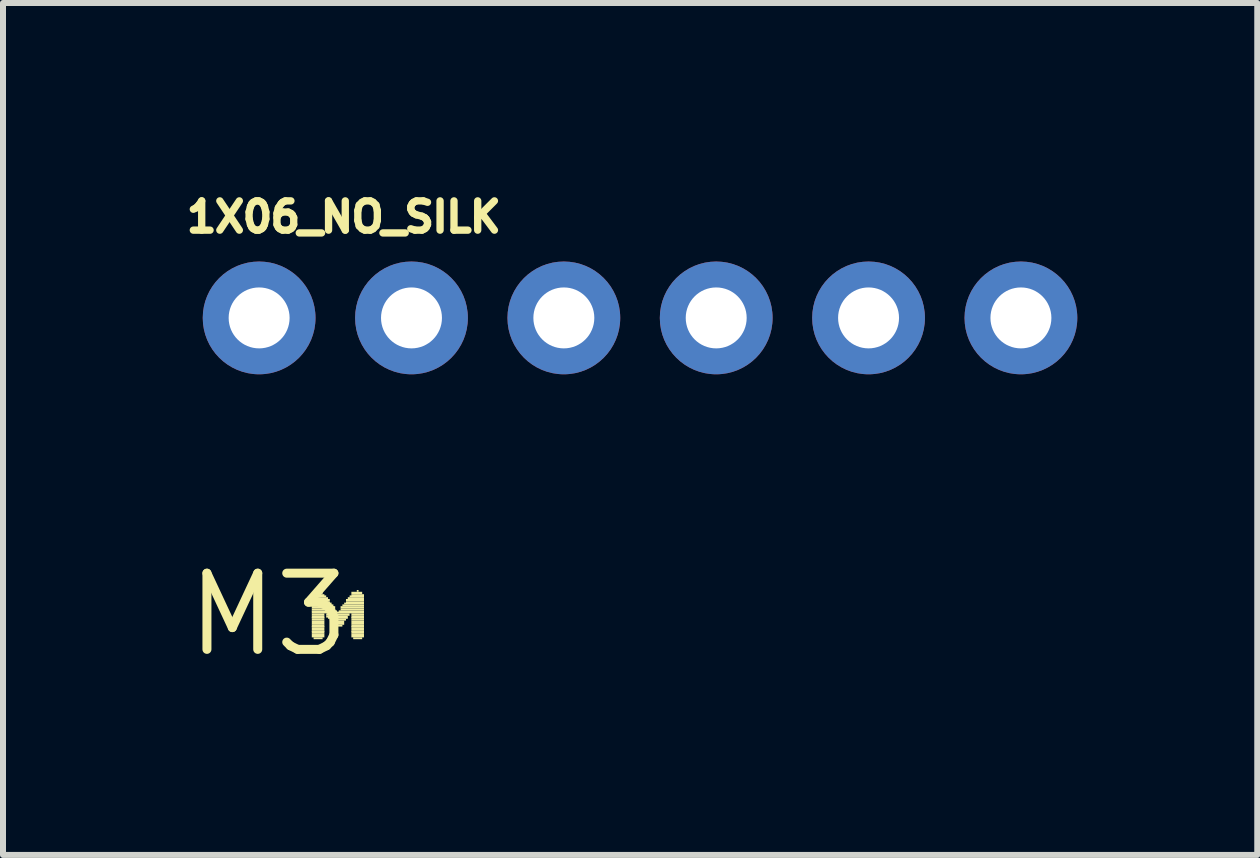
<source format=kicad_pcb>
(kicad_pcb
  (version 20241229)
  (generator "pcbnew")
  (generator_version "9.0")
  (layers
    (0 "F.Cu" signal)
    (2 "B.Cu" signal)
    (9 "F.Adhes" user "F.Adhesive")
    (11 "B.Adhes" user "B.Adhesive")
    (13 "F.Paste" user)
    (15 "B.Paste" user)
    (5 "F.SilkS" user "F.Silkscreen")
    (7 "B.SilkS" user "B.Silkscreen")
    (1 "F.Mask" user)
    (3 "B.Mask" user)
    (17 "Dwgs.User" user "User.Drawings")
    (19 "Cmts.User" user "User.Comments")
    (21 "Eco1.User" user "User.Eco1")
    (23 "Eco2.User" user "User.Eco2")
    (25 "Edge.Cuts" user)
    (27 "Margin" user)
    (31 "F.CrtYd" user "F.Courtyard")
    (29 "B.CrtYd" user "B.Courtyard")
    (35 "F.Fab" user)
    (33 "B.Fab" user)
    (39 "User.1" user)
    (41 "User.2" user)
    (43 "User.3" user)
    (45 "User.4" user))
  (footprint "1X06_NO_SILK"
    (layer "F.Cu")
    (at 1.27 2.25)
    (property "Reference" "1X06_NO_SILK" (at -1.27 -1.397 0) (layer "F.SilkS") (effects (font (size 0.488 0.488) (thickness 0.122)) (justify left bottom)))
    (fp_poly (pts (xy -0.254 0.254) (xy 0.254 0.254) (xy 0.254 -0.254) (xy -0.254 -0.254)) (stroke (width 0.1) (type default)) (fill no) (layer "F.Fab"))
    (fp_poly (pts (xy 2.286 0.254) (xy 2.794 0.254) (xy 2.794 -0.254) (xy 2.286 -0.254)) (stroke (width 0.1) (type default)) (fill no) (layer "F.Fab"))
    (fp_poly (pts (xy 4.826 0.254) (xy 5.334 0.254) (xy 5.334 -0.254) (xy 4.826 -0.254)) (stroke (width 0.1) (type default)) (fill no) (layer "F.Fab"))
    (fp_poly (pts (xy 7.366 0.254) (xy 7.874 0.254) (xy 7.874 -0.254) (xy 7.366 -0.254)) (stroke (width 0.1) (type default)) (fill no) (layer "F.Fab"))
    (fp_poly (pts (xy 9.906 0.254) (xy 10.414 0.254) (xy 10.414 -0.254) (xy 9.906 -0.254)) (stroke (width 0.1) (type default)) (fill no) (layer "F.Fab"))
    (fp_poly (pts (xy 12.446 0.254) (xy 12.954 0.254) (xy 12.954 -0.254) (xy 12.446 -0.254)) (stroke (width 0.1) (type default)) (fill no) (layer "F.Fab"))
    (pad "1" thru_hole circle (at 0 0 90) (size 1.88 1.88) (drill 1.016) (layers "*.Cu" "*.Mask"))
    (pad "2" thru_hole circle (at 2.54 0 90) (size 1.88 1.88) (drill 1.016) (layers "*.Cu" "*.Mask"))
    (pad "3" thru_hole circle (at 5.08 0 90) (size 1.88 1.88) (drill 1.016) (layers "*.Cu" "*.Mask"))
    (pad "4" thru_hole circle (at 7.62 0 90) (size 1.88 1.88) (drill 1.016) (layers "*.Cu" "*.Mask"))
    (pad "5" thru_hole circle (at 10.16 0 90) (size 1.88 1.88) (drill 1.016) (layers "*.Cu" "*.Mask"))
    (pad "6" thru_hole circle (at 12.7 0 90) (size 1.88 1.88) (drill 1.016) (layers "*.Cu" "*.Mask")))
  (footprint "M3"
    (layer "F.Cu")
    (at 1.428 7.196)
    (property "Reference" "M3" (at 0 0 0) (layer "F.SilkS") (effects (font (size 1.27 1.27) (thickness 0.15))))
    (fp_poly (pts (xy 0.72 -0.31) (xy 0.93 -0.31) (xy 0.93 -0.34) (xy 0.72 -0.34)) (stroke (width 0) (type default)) (fill yes) (layer "F.SilkS"))
    (fp_poly (pts (xy 0.72 -0.29) (xy 0.96 -0.29) (xy 0.96 -0.32) (xy 0.72 -0.32)) (stroke (width 0) (type default)) (fill yes) (layer "F.SilkS"))
    (fp_poly (pts (xy 0.72 -0.26) (xy 0.99 -0.26) (xy 0.99 -0.29) (xy 0.72 -0.29)) (stroke (width 0) (type default)) (fill yes) (layer "F.SilkS"))
    (fp_poly (pts (xy 0.72 -0.22) (xy 1.02 -0.22) (xy 1.02 -0.26) (xy 0.72 -0.26)) (stroke (width 0) (type default)) (fill yes) (layer "F.SilkS"))
    (fp_poly (pts (xy 0.72 -0.19) (xy 1.02 -0.19) (xy 1.02 -0.22) (xy 0.72 -0.22)) (stroke (width 0) (type default)) (fill yes) (layer "F.SilkS"))
    (fp_poly (pts (xy 0.72 -0.17) (xy 1.05 -0.17) (xy 1.05 -0.2) (xy 0.72 -0.2)) (stroke (width 0) (type default)) (fill yes) (layer "F.SilkS"))
    (fp_poly (pts (xy 0.72 -0.14) (xy 1.08 -0.14) (xy 1.08 -0.17) (xy 0.72 -0.17)) (stroke (width 0) (type default)) (fill yes) (layer "F.SilkS"))
    (fp_poly (pts (xy 0.72 -0.1) (xy 1.11 -0.1) (xy 1.11 -0.14) (xy 0.72 -0.14)) (stroke (width 0) (type default)) (fill yes) (layer "F.SilkS"))
    (fp_poly (pts (xy 0.72 -0.07) (xy 1.11 -0.07) (xy 1.11 -0.1) (xy 0.72 -0.1)) (stroke (width 0) (type default)) (fill yes) (layer "F.SilkS"))
    (fp_poly (pts (xy 0.72 -0.04) (xy 1.14 -0.04) (xy 1.14 -0.07) (xy 0.72 -0.07)) (stroke (width 0) (type default)) (fill yes) (layer "F.SilkS"))
    (fp_poly (pts (xy 0.72 -0.02) (xy 1.59 -0.02) (xy 1.59 -0.05) (xy 0.72 -0.05)) (stroke (width 0) (type default)) (fill yes) (layer "F.SilkS"))
    (fp_poly (pts (xy 0.72 0.02) (xy 0.93 0.02) (xy 0.93 -0.02) (xy 0.72 -0.02)) (stroke (width 0) (type default)) (fill yes) (layer "F.SilkS"))
    (fp_poly (pts (xy 0.72 0.05) (xy 0.93 0.05) (xy 0.93 0.02) (xy 0.72 0.02)) (stroke (width 0) (type default)) (fill yes) (layer "F.SilkS"))
    (fp_poly (pts (xy 0.72 0.07) (xy 0.93 0.07) (xy 0.93 0.04) (xy 0.72 0.04)) (stroke (width 0) (type default)) (fill yes) (layer "F.SilkS"))
    (fp_poly (pts (xy 0.72 0.1) (xy 0.93 0.1) (xy 0.93 0.07) (xy 0.72 0.07)) (stroke (width 0) (type default)) (fill yes) (layer "F.SilkS"))
    (fp_poly (pts (xy 0.72 0.14) (xy 0.93 0.14) (xy 0.93 0.1) (xy 0.72 0.1)) (stroke (width 0) (type default)) (fill yes) (layer "F.SilkS"))
    (fp_poly (pts (xy 0.72 0.17) (xy 0.93 0.17) (xy 0.93 0.14) (xy 0.72 0.14)) (stroke (width 0) (type default)) (fill yes) (layer "F.SilkS"))
    (fp_poly (pts (xy 0.72 0.2) (xy 0.93 0.2) (xy 0.93 0.17) (xy 0.72 0.17)) (stroke (width 0) (type default)) (fill yes) (layer "F.SilkS"))
    (fp_poly (pts (xy 0.72 0.22) (xy 0.93 0.22) (xy 0.93 0.19) (xy 0.72 0.19)) (stroke (width 0) (type default)) (fill yes) (layer "F.SilkS"))
    (fp_poly (pts (xy 0.72 0.26) (xy 0.93 0.26) (xy 0.93 0.22) (xy 0.72 0.22)) (stroke (width 0) (type default)) (fill yes) (layer "F.SilkS"))
    (fp_poly (pts (xy 0.72 0.29) (xy 0.93 0.29) (xy 0.93 0.26) (xy 0.72 0.26)) (stroke (width 0) (type default)) (fill yes) (layer "F.SilkS"))
    (fp_poly (pts (xy 0.72 0.31) (xy 0.93 0.31) (xy 0.93 0.28) (xy 0.72 0.28)) (stroke (width 0) (type default)) (fill yes) (layer "F.SilkS"))
    (fp_poly (pts (xy 0.72 0.34) (xy 0.93 0.34) (xy 0.93 0.31) (xy 0.72 0.31)) (stroke (width 0) (type default)) (fill yes) (layer "F.SilkS"))
    (fp_poly (pts (xy 0.72 0.38) (xy 0.93 0.38) (xy 0.93 0.34) (xy 0.72 0.34)) (stroke (width 0) (type default)) (fill yes) (layer "F.SilkS"))
    (fp_poly (pts (xy 0.75 -0.34) (xy 0.9 -0.34) (xy 0.9 -0.38) (xy 0.75 -0.38)) (stroke (width 0) (type default)) (fill yes) (layer "F.SilkS"))
    (fp_poly (pts (xy 0.75 0.41) (xy 0.9 0.41) (xy 0.9 0.38) (xy 0.75 0.38)) (stroke (width 0) (type default)) (fill yes) (layer "F.SilkS"))
    (fp_poly (pts (xy 0.81 -0.38) (xy 0.84 -0.38) (xy 0.84 -0.41) (xy 0.81 -0.41)) (stroke (width 0) (type default)) (fill yes) (layer "F.SilkS"))
    (fp_poly (pts (xy 0.96 0.02) (xy 1.35 0.02) (xy 1.35 -0.02) (xy 0.96 -0.02)) (stroke (width 0) (type default)) (fill yes) (layer "F.SilkS"))
    (fp_poly (pts (xy 0.96 0.05) (xy 1.32 0.05) (xy 1.32 0.02) (xy 0.96 0.02)) (stroke (width 0) (type default)) (fill yes) (layer "F.SilkS"))
    (fp_poly (pts (xy 0.99 0.07) (xy 1.32 0.07) (xy 1.32 0.04) (xy 0.99 0.04)) (stroke (width 0) (type default)) (fill yes) (layer "F.SilkS"))
    (fp_poly (pts (xy 1.02 0.1) (xy 1.29 0.1) (xy 1.29 0.07) (xy 1.02 0.07)) (stroke (width 0) (type default)) (fill yes) (layer "F.SilkS"))
    (fp_poly (pts (xy 1.05 0.14) (xy 1.26 0.14) (xy 1.26 0.1) (xy 1.05 0.1)) (stroke (width 0) (type default)) (fill yes) (layer "F.SilkS"))
    (fp_poly (pts (xy 1.05 0.17) (xy 1.26 0.17) (xy 1.26 0.14) (xy 1.05 0.14)) (stroke (width 0) (type default)) (fill yes) (layer "F.SilkS"))
    (fp_poly (pts (xy 1.08 0.2) (xy 1.23 0.2) (xy 1.23 0.17) (xy 1.08 0.17)) (stroke (width 0) (type default)) (fill yes) (layer "F.SilkS"))
    (fp_poly (pts (xy 1.17 -0.04) (xy 1.59 -0.04) (xy 1.59 -0.07) (xy 1.17 -0.07)) (stroke (width 0) (type default)) (fill yes) (layer "F.SilkS"))
    (fp_poly (pts (xy 1.2 -0.1) (xy 1.59 -0.1) (xy 1.59 -0.14) (xy 1.2 -0.14)) (stroke (width 0) (type default)) (fill yes) (layer "F.SilkS"))
    (fp_poly (pts (xy 1.2 -0.07) (xy 1.59 -0.07) (xy 1.59 -0.1) (xy 1.2 -0.1)) (stroke (width 0) (type default)) (fill yes) (layer "F.SilkS"))
    (fp_poly (pts (xy 1.23 -0.14) (xy 1.59 -0.14) (xy 1.59 -0.17) (xy 1.23 -0.17)) (stroke (width 0) (type default)) (fill yes) (layer "F.SilkS"))
    (fp_poly (pts (xy 1.26 -0.17) (xy 1.59 -0.17) (xy 1.59 -0.2) (xy 1.26 -0.2)) (stroke (width 0) (type default)) (fill yes) (layer "F.SilkS"))
    (fp_poly (pts (xy 1.29 -0.22) (xy 1.59 -0.22) (xy 1.59 -0.26) (xy 1.29 -0.26)) (stroke (width 0) (type default)) (fill yes) (layer "F.SilkS"))
    (fp_poly (pts (xy 1.29 -0.19) (xy 1.59 -0.19) (xy 1.59 -0.22) (xy 1.29 -0.22)) (stroke (width 0) (type default)) (fill yes) (layer "F.SilkS"))
    (fp_poly (pts (xy 1.32 -0.26) (xy 1.59 -0.26) (xy 1.59 -0.29) (xy 1.32 -0.29)) (stroke (width 0) (type default)) (fill yes) (layer "F.SilkS"))
    (fp_poly (pts (xy 1.35 -0.29) (xy 1.59 -0.29) (xy 1.59 -0.32) (xy 1.35 -0.32)) (stroke (width 0) (type default)) (fill yes) (layer "F.SilkS"))
    (fp_poly (pts (xy 1.38 -0.34) (xy 1.56 -0.34) (xy 1.56 -0.38) (xy 1.38 -0.38)) (stroke (width 0) (type default)) (fill yes) (layer "F.SilkS"))
    (fp_poly (pts (xy 1.38 -0.31) (xy 1.59 -0.31) (xy 1.59 -0.34) (xy 1.38 -0.34)) (stroke (width 0) (type default)) (fill yes) (layer "F.SilkS"))
    (fp_poly (pts (xy 1.38 0.02) (xy 1.59 0.02) (xy 1.59 -0.02) (xy 1.38 -0.02)) (stroke (width 0) (type default)) (fill yes) (layer "F.SilkS"))
    (fp_poly (pts (xy 1.38 0.05) (xy 1.59 0.05) (xy 1.59 0.02) (xy 1.38 0.02)) (stroke (width 0) (type default)) (fill yes) (layer "F.SilkS"))
    (fp_poly (pts (xy 1.38 0.07) (xy 1.59 0.07) (xy 1.59 0.04) (xy 1.38 0.04)) (stroke (width 0) (type default)) (fill yes) (layer "F.SilkS"))
    (fp_poly (pts (xy 1.38 0.1) (xy 1.59 0.1) (xy 1.59 0.07) (xy 1.38 0.07)) (stroke (width 0) (type default)) (fill yes) (layer "F.SilkS"))
    (fp_poly (pts (xy 1.38 0.14) (xy 1.59 0.14) (xy 1.59 0.1) (xy 1.38 0.1)) (stroke (width 0) (type default)) (fill yes) (layer "F.SilkS"))
    (fp_poly (pts (xy 1.38 0.17) (xy 1.59 0.17) (xy 1.59 0.14) (xy 1.38 0.14)) (stroke (width 0) (type default)) (fill yes) (layer "F.SilkS"))
    (fp_poly (pts (xy 1.38 0.2) (xy 1.59 0.2) (xy 1.59 0.17) (xy 1.38 0.17)) (stroke (width 0) (type default)) (fill yes) (layer "F.SilkS"))
    (fp_poly (pts (xy 1.38 0.22) (xy 1.59 0.22) (xy 1.59 0.19) (xy 1.38 0.19)) (stroke (width 0) (type default)) (fill yes) (layer "F.SilkS"))
    (fp_poly (pts (xy 1.38 0.26) (xy 1.59 0.26) (xy 1.59 0.22) (xy 1.38 0.22)) (stroke (width 0) (type default)) (fill yes) (layer "F.SilkS"))
    (fp_poly (pts (xy 1.38 0.29) (xy 1.59 0.29) (xy 1.59 0.26) (xy 1.38 0.26)) (stroke (width 0) (type default)) (fill yes) (layer "F.SilkS"))
    (fp_poly (pts (xy 1.38 0.31) (xy 1.59 0.31) (xy 1.59 0.28) (xy 1.38 0.28)) (stroke (width 0) (type default)) (fill yes) (layer "F.SilkS"))
    (fp_poly (pts (xy 1.38 0.34) (xy 1.59 0.34) (xy 1.59 0.31) (xy 1.38 0.31)) (stroke (width 0) (type default)) (fill yes) (layer "F.SilkS"))
    (fp_poly (pts (xy 1.38 0.38) (xy 1.59 0.38) (xy 1.59 0.34) (xy 1.38 0.34)) (stroke (width 0) (type default)) (fill yes) (layer "F.SilkS"))
    (fp_poly (pts (xy 1.41 0.41) (xy 1.56 0.41) (xy 1.56 0.38) (xy 1.41 0.38)) (stroke (width 0) (type default)) (fill yes) (layer "F.SilkS"))
    (fp_poly (pts (xy 1.47 -0.38) (xy 1.5 -0.38) (xy 1.5 -0.41) (xy 1.47 -0.41)) (stroke (width 0) (type default)) (fill yes) (layer "F.SilkS")))
  (gr_rect
    (start -3 -3)
    (end 17.91 11.203)
    (stroke (width 0.1) (type default))
    (fill no)
    (layer "Edge.Cuts")))
</source>
